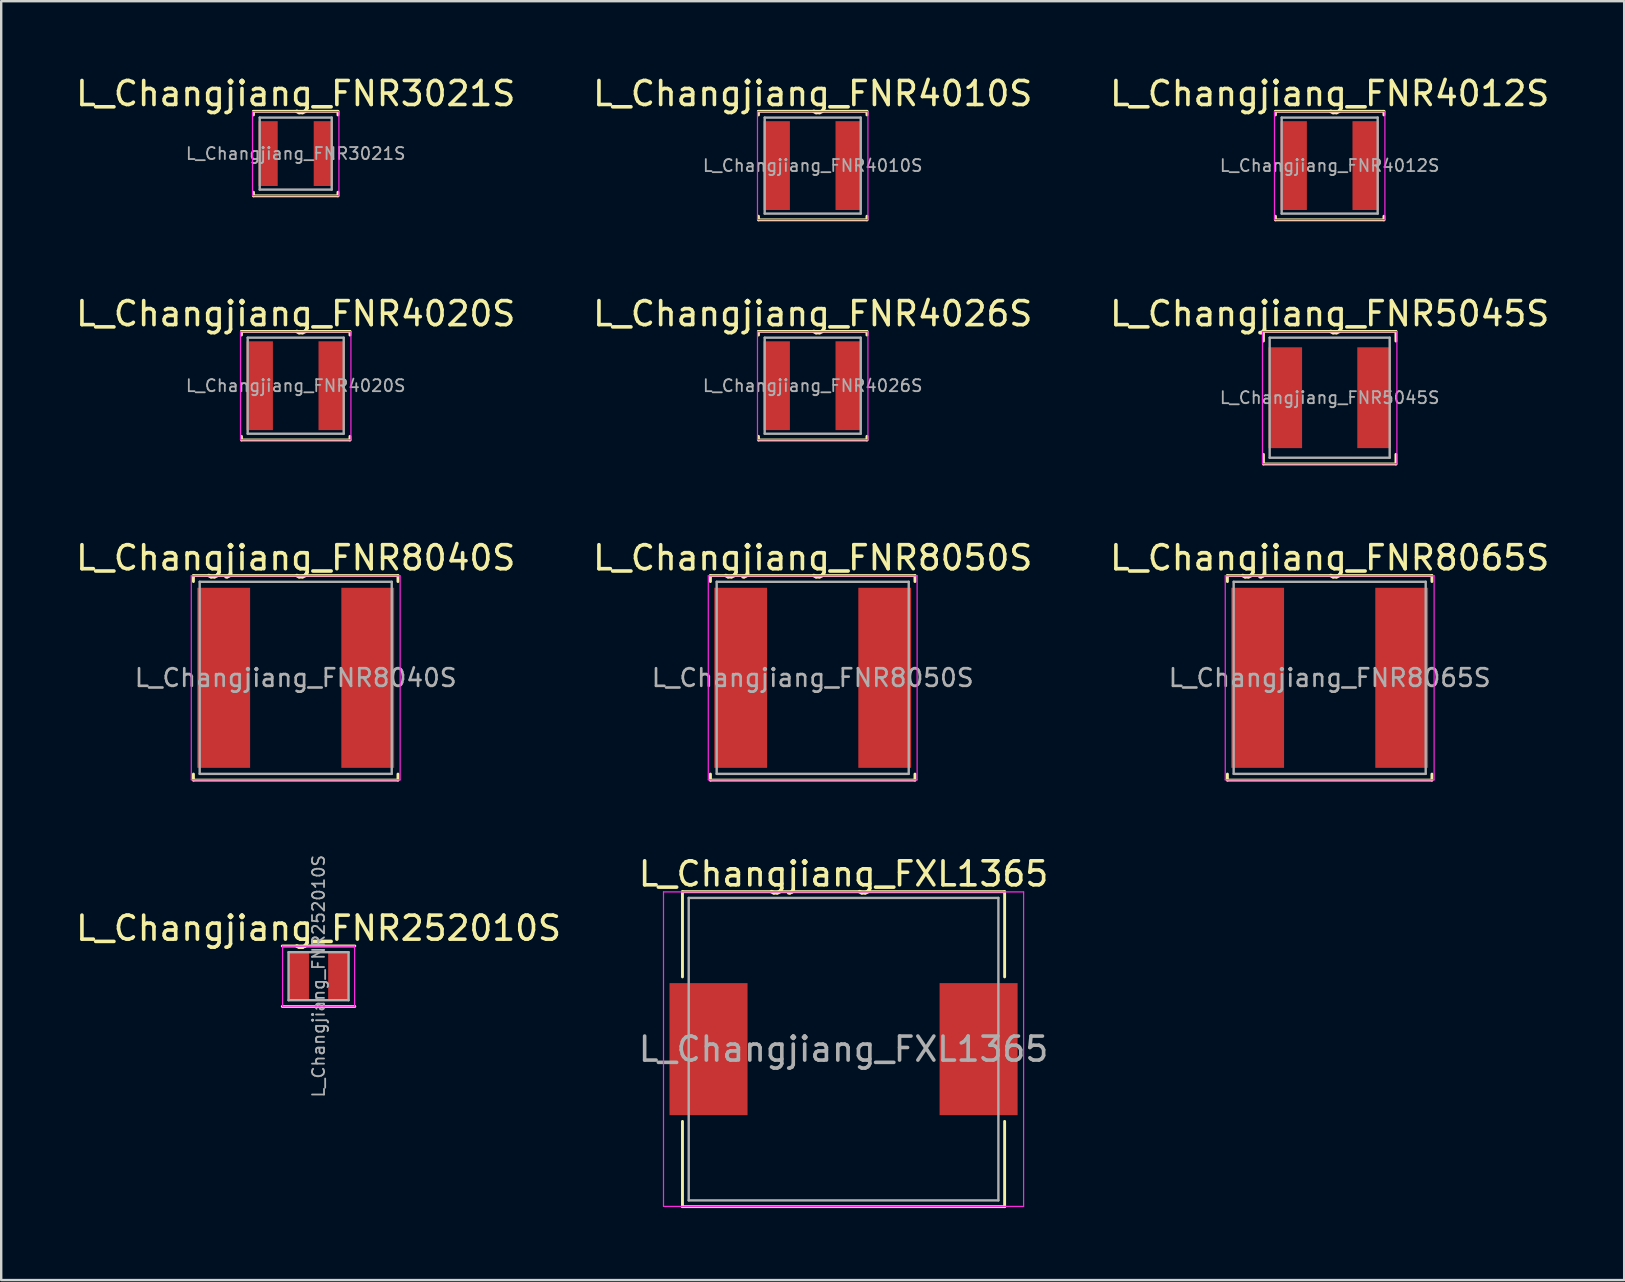
<source format=kicad_pcb>
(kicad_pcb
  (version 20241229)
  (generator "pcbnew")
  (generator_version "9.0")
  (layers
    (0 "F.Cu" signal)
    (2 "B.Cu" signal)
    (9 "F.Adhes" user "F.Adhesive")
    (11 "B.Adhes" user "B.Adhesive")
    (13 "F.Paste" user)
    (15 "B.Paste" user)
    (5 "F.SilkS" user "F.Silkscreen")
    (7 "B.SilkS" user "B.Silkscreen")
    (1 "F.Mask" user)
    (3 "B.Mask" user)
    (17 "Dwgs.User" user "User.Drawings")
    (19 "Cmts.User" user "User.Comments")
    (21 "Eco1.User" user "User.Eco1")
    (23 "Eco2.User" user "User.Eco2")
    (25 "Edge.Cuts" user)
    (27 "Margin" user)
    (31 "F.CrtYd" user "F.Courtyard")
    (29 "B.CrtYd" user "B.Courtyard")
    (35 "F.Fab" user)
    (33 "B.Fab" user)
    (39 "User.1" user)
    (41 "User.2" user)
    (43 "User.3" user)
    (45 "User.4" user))
  (footprint "L_Changjiang_FNR8040S"
    (layer "F.Cu")
    (at 9.268 25.185)
    (property "Reference" "L_Changjiang_FNR8040S" (at 0 -5 0) (layer "F.SilkS") (effects (font (size 1 1) (thickness 0.15))))
    (attr smd)
    (fp_line (start -4.26 -4.26) (end -4.26 -4.01) (stroke (width 0.12) (type solid)) (layer "F.SilkS"))
    (fp_line (start -4.26 -4.26) (end 4.26 -4.26) (stroke (width 0.12) (type solid)) (layer "F.SilkS"))
    (fp_line (start -4.26 4.26) (end -4.26 4.01) (stroke (width 0.12) (type solid)) (layer "F.SilkS"))
    (fp_line (start -4.26 4.26) (end 4.26 4.26) (stroke (width 0.12) (type solid)) (layer "F.SilkS"))
    (fp_line (start 4.26 -4.26) (end 4.26 -4.01) (stroke (width 0.12) (type solid)) (layer "F.SilkS"))
    (fp_line (start 4.26 4.26) (end 4.26 4.01) (stroke (width 0.12) (type solid)) (layer "F.SilkS"))
    (fp_line (start -4.35 -4.25) (end -4.35 4.25) (stroke (width 0.05) (type solid)) (layer "F.CrtYd"))
    (fp_line (start -4.35 4.25) (end 4.35 4.25) (stroke (width 0.05) (type solid)) (layer "F.CrtYd"))
    (fp_line (start 4.35 -4.25) (end -4.35 -4.25) (stroke (width 0.05) (type solid)) (layer "F.CrtYd"))
    (fp_line (start 4.35 4.25) (end 4.35 -4.25) (stroke (width 0.05) (type solid)) (layer "F.CrtYd"))
    (fp_line (start -4 -4) (end -4 4) (stroke (width 0.1) (type solid)) (layer "F.Fab"))
    (fp_line (start -4 4) (end 4 4) (stroke (width 0.1) (type solid)) (layer "F.Fab"))
    (fp_line (start 4 -4) (end -4 -4) (stroke (width 0.1) (type solid)) (layer "F.Fab"))
    (fp_line (start 4 4) (end 4 -4) (stroke (width 0.1) (type solid)) (layer "F.Fab"))
    (fp_text user "${REFERENCE}" (at 0 0 0) (layer "F.Fab") (effects (font (size 0.733 0.733) (thickness 0.11))))
    (pad "1" smd rect (at -3 0) (size 2.2 7.5) (layers "F.Cu" "F.Mask" "F.Paste"))
    (pad "2" smd rect (at 3 0) (size 2.2 7.5) (layers "F.Cu" "F.Mask" "F.Paste")))
  (footprint "L_Changjiang_FNR4012S"
    (layer "F.Cu")
    (at 52.339 3.848)
    (property "Reference" "L_Changjiang_FNR4012S" (at 0 -3 0) (layer "F.SilkS") (effects (font (size 1 1) (thickness 0.15))))
    (attr smd)
    (fp_line (start -2.26 -2.26) (end -2.26 -2.11) (stroke (width 0.12) (type solid)) (layer "F.SilkS"))
    (fp_line (start -2.26 -2.26) (end 2.26 -2.26) (stroke (width 0.12) (type solid)) (layer "F.SilkS"))
    (fp_line (start -2.26 2.26) (end -2.26 2.11) (stroke (width 0.12) (type solid)) (layer "F.SilkS"))
    (fp_line (start -2.26 2.26) (end 2.26 2.26) (stroke (width 0.12) (type solid)) (layer "F.SilkS"))
    (fp_line (start 2.26 -2.26) (end 2.26 -2.11) (stroke (width 0.12) (type solid)) (layer "F.SilkS"))
    (fp_line (start 2.26 2.26) (end 2.26 2.11) (stroke (width 0.12) (type solid)) (layer "F.SilkS"))
    (fp_line (start -2.3 -2.25) (end -2.3 2.25) (stroke (width 0.05) (type solid)) (layer "F.CrtYd"))
    (fp_line (start -2.3 2.25) (end 2.3 2.25) (stroke (width 0.05) (type solid)) (layer "F.CrtYd"))
    (fp_line (start 2.3 -2.25) (end -2.3 -2.25) (stroke (width 0.05) (type solid)) (layer "F.CrtYd"))
    (fp_line (start 2.3 2.25) (end 2.3 -2.25) (stroke (width 0.05) (type solid)) (layer "F.CrtYd"))
    (fp_line (start -2 -2) (end -2 2) (stroke (width 0.1) (type solid)) (layer "F.Fab"))
    (fp_line (start -2 2) (end 2 2) (stroke (width 0.1) (type solid)) (layer "F.Fab"))
    (fp_line (start 2 -2) (end -2 -2) (stroke (width 0.1) (type solid)) (layer "F.Fab"))
    (fp_line (start 2 2) (end 2 -2) (stroke (width 0.1) (type solid)) (layer "F.Fab"))
    (fp_text user "${REFERENCE}" (at 0 0 0) (layer "F.Fab") (effects (font (size 0.5 0.5) (thickness 0.075))))
    (pad "1" smd rect (at -1.5 0) (size 1.1 3.7) (layers "F.Cu" "F.Mask" "F.Paste"))
    (pad "2" smd rect (at 1.5 0) (size 1.1 3.7) (layers "F.Cu" "F.Mask" "F.Paste")))
  (footprint "L_Changjiang_FXL1365"
    (layer "F.Cu")
    (at 32.089 40.653)
    (property "Reference" "L_Changjiang_FXL1365" (at 0 -7.3 0) (layer "F.SilkS") (effects (font (size 1 1) (thickness 0.15))))
    (attr smd)
    (fp_line (start -6.71 -6.56) (end -6.71 -3.01) (stroke (width 0.12) (type solid)) (layer "F.SilkS"))
    (fp_line (start -6.71 -6.56) (end 6.71 -6.56) (stroke (width 0.12) (type solid)) (layer "F.SilkS"))
    (fp_line (start -6.71 6.56) (end -6.71 3.01) (stroke (width 0.12) (type solid)) (layer "F.SilkS"))
    (fp_line (start -6.71 6.56) (end 6.71 6.56) (stroke (width 0.12) (type solid)) (layer "F.SilkS"))
    (fp_line (start 6.71 -6.56) (end 6.71 -3.01) (stroke (width 0.12) (type solid)) (layer "F.SilkS"))
    (fp_line (start 6.71 6.56) (end 6.71 3.01) (stroke (width 0.12) (type solid)) (layer "F.SilkS"))
    (fp_line (start -7.5 -6.55) (end -7.5 6.55) (stroke (width 0.05) (type solid)) (layer "F.CrtYd"))
    (fp_line (start -7.5 6.55) (end 7.5 6.55) (stroke (width 0.05) (type solid)) (layer "F.CrtYd"))
    (fp_line (start 7.5 -6.55) (end -7.5 -6.55) (stroke (width 0.05) (type solid)) (layer "F.CrtYd"))
    (fp_line (start 7.5 6.55) (end 7.5 -6.55) (stroke (width 0.05) (type solid)) (layer "F.CrtYd"))
    (fp_line (start -6.45 -6.3) (end -6.45 6.3) (stroke (width 0.1) (type solid)) (layer "F.Fab"))
    (fp_line (start -6.45 6.3) (end 6.45 6.3) (stroke (width 0.1) (type solid)) (layer "F.Fab"))
    (fp_line (start 6.45 -6.3) (end -6.45 -6.3) (stroke (width 0.1) (type solid)) (layer "F.Fab"))
    (fp_line (start 6.45 6.3) (end 6.45 -6.3) (stroke (width 0.1) (type solid)) (layer "F.Fab"))
    (fp_text user "${REFERENCE}" (at 0 0 0) (layer "F.Fab") (effects (font (size 1 1) (thickness 0.15))))
    (pad "1" smd rect (at -5.625 0) (size 3.25 5.5) (layers "F.Cu" "F.Mask" "F.Paste"))
    (pad "2" smd rect (at 5.625 0) (size 3.25 5.5) (layers "F.Cu" "F.Mask" "F.Paste")))
  (footprint "L_Changjiang_FNR4010S"
    (layer "F.Cu")
    (at 30.804 3.848)
    (property "Reference" "L_Changjiang_FNR4010S" (at 0 -3 0) (layer "F.SilkS") (effects (font (size 1 1) (thickness 0.15))))
    (attr smd)
    (fp_line (start -2.26 -2.26) (end -2.26 -2.11) (stroke (width 0.12) (type solid)) (layer "F.SilkS"))
    (fp_line (start -2.26 -2.26) (end 2.26 -2.26) (stroke (width 0.12) (type solid)) (layer "F.SilkS"))
    (fp_line (start -2.26 2.26) (end -2.26 2.11) (stroke (width 0.12) (type solid)) (layer "F.SilkS"))
    (fp_line (start -2.26 2.26) (end 2.26 2.26) (stroke (width 0.12) (type solid)) (layer "F.SilkS"))
    (fp_line (start 2.26 -2.26) (end 2.26 -2.11) (stroke (width 0.12) (type solid)) (layer "F.SilkS"))
    (fp_line (start 2.26 2.26) (end 2.26 2.11) (stroke (width 0.12) (type solid)) (layer "F.SilkS"))
    (fp_line (start -2.3 -2.25) (end -2.3 2.25) (stroke (width 0.05) (type solid)) (layer "F.CrtYd"))
    (fp_line (start -2.3 2.25) (end 2.3 2.25) (stroke (width 0.05) (type solid)) (layer "F.CrtYd"))
    (fp_line (start 2.3 -2.25) (end -2.3 -2.25) (stroke (width 0.05) (type solid)) (layer "F.CrtYd"))
    (fp_line (start 2.3 2.25) (end 2.3 -2.25) (stroke (width 0.05) (type solid)) (layer "F.CrtYd"))
    (fp_line (start -2 -2) (end -2 2) (stroke (width 0.1) (type solid)) (layer "F.Fab"))
    (fp_line (start -2 2) (end 2 2) (stroke (width 0.1) (type solid)) (layer "F.Fab"))
    (fp_line (start 2 -2) (end -2 -2) (stroke (width 0.1) (type solid)) (layer "F.Fab"))
    (fp_line (start 2 2) (end 2 -2) (stroke (width 0.1) (type solid)) (layer "F.Fab"))
    (fp_text user "${REFERENCE}" (at 0 0 0) (layer "F.Fab") (effects (font (size 0.5 0.5) (thickness 0.075))))
    (pad "1" smd rect (at -1.5 0) (size 1.1 3.7) (layers "F.Cu" "F.Mask" "F.Paste"))
    (pad "2" smd rect (at 1.5 0) (size 1.1 3.7) (layers "F.Cu" "F.Mask" "F.Paste")))
  (footprint "L_Changjiang_FNR4026S"
    (layer "F.Cu")
    (at 30.804 13.017)
    (property "Reference" "L_Changjiang_FNR4026S" (at 0 -3 0) (layer "F.SilkS") (effects (font (size 1 1) (thickness 0.15))))
    (attr smd)
    (fp_line (start -2.26 -2.26) (end -2.26 -2.11) (stroke (width 0.12) (type solid)) (layer "F.SilkS"))
    (fp_line (start -2.26 -2.26) (end 2.26 -2.26) (stroke (width 0.12) (type solid)) (layer "F.SilkS"))
    (fp_line (start -2.26 2.26) (end -2.26 2.11) (stroke (width 0.12) (type solid)) (layer "F.SilkS"))
    (fp_line (start -2.26 2.26) (end 2.26 2.26) (stroke (width 0.12) (type solid)) (layer "F.SilkS"))
    (fp_line (start 2.26 -2.26) (end 2.26 -2.11) (stroke (width 0.12) (type solid)) (layer "F.SilkS"))
    (fp_line (start 2.26 2.26) (end 2.26 2.11) (stroke (width 0.12) (type solid)) (layer "F.SilkS"))
    (fp_line (start -2.3 -2.25) (end -2.3 2.25) (stroke (width 0.05) (type solid)) (layer "F.CrtYd"))
    (fp_line (start -2.3 2.25) (end 2.3 2.25) (stroke (width 0.05) (type solid)) (layer "F.CrtYd"))
    (fp_line (start 2.3 -2.25) (end -2.3 -2.25) (stroke (width 0.05) (type solid)) (layer "F.CrtYd"))
    (fp_line (start 2.3 2.25) (end 2.3 -2.25) (stroke (width 0.05) (type solid)) (layer "F.CrtYd"))
    (fp_line (start -2 -2) (end -2 2) (stroke (width 0.1) (type solid)) (layer "F.Fab"))
    (fp_line (start -2 2) (end 2 2) (stroke (width 0.1) (type solid)) (layer "F.Fab"))
    (fp_line (start 2 -2) (end -2 -2) (stroke (width 0.1) (type solid)) (layer "F.Fab"))
    (fp_line (start 2 2) (end 2 -2) (stroke (width 0.1) (type solid)) (layer "F.Fab"))
    (fp_text user "${REFERENCE}" (at 0 0 0) (layer "F.Fab") (effects (font (size 0.5 0.5) (thickness 0.075))))
    (pad "1" smd rect (at -1.5 0) (size 1.1 3.7) (layers "F.Cu" "F.Mask" "F.Paste"))
    (pad "2" smd rect (at 1.5 0) (size 1.1 3.7) (layers "F.Cu" "F.Mask" "F.Paste")))
  (footprint "L_Changjiang_FNR252010S"
    (layer "F.Cu")
    (at 10.22 37.615)
    (property "Reference" "L_Changjiang_FNR252010S" (at 0 -2 0) (layer "F.SilkS") (effects (font (size 1 1) (thickness 0.15))))
    (attr smd)
    (fp_line (start -1.51 -1.26) (end 1.51 -1.26) (stroke (width 0.12) (type solid)) (layer "F.SilkS"))
    (fp_line (start -1.51 1.26) (end 1.51 1.26) (stroke (width 0.12) (type solid)) (layer "F.SilkS"))
    (fp_line (start -1.5 -1.25) (end -1.5 1.25) (stroke (width 0.05) (type solid)) (layer "F.CrtYd"))
    (fp_line (start -1.5 1.25) (end 1.5 1.25) (stroke (width 0.05) (type solid)) (layer "F.CrtYd"))
    (fp_line (start 1.5 -1.25) (end -1.5 -1.25) (stroke (width 0.05) (type solid)) (layer "F.CrtYd"))
    (fp_line (start 1.5 1.25) (end 1.5 -1.25) (stroke (width 0.05) (type solid)) (layer "F.CrtYd"))
    (fp_line (start -1.25 -1) (end -1.25 1) (stroke (width 0.1) (type solid)) (layer "F.Fab"))
    (fp_line (start -1.25 1) (end 1.25 1) (stroke (width 0.1) (type solid)) (layer "F.Fab"))
    (fp_line (start 1.25 -1) (end -1.25 -1) (stroke (width 0.1) (type solid)) (layer "F.Fab"))
    (fp_line (start 1.25 1) (end 1.25 -1) (stroke (width 0.1) (type solid)) (layer "F.Fab"))
    (fp_text user "${REFERENCE}" (at 0 0 90) (layer "F.Fab") (effects (font (size 0.5 0.5) (thickness 0.075))))
    (pad "1" smd rect (at -0.825 0) (size 0.85 2) (layers "F.Cu" "F.Mask" "F.Paste"))
    (pad "2" smd rect (at 0.825 0) (size 0.85 2) (layers "F.Cu" "F.Mask" "F.Paste")))
  (footprint "L_Changjiang_FNR5045S"
    (layer "F.Cu")
    (at 52.339 13.517)
    (property "Reference" "L_Changjiang_FNR5045S" (at 0 -3.5 0) (layer "F.SilkS") (effects (font (size 1 1) (thickness 0.15))))
    (attr smd)
    (fp_line (start -2.76 -2.76) (end -2.76 -2.36) (stroke (width 0.12) (type solid)) (layer "F.SilkS"))
    (fp_line (start -2.76 -2.76) (end 2.76 -2.76) (stroke (width 0.12) (type solid)) (layer "F.SilkS"))
    (fp_line (start -2.76 2.76) (end -2.76 2.36) (stroke (width 0.12) (type solid)) (layer "F.SilkS"))
    (fp_line (start -2.76 2.76) (end 2.76 2.76) (stroke (width 0.12) (type solid)) (layer "F.SilkS"))
    (fp_line (start 2.76 -2.76) (end 2.76 -2.36) (stroke (width 0.12) (type solid)) (layer "F.SilkS"))
    (fp_line (start 2.76 2.76) (end 2.76 2.36) (stroke (width 0.12) (type solid)) (layer "F.SilkS"))
    (fp_line (start -2.8 -2.75) (end -2.8 2.75) (stroke (width 0.05) (type solid)) (layer "F.CrtYd"))
    (fp_line (start -2.8 2.75) (end 2.8 2.75) (stroke (width 0.05) (type solid)) (layer "F.CrtYd"))
    (fp_line (start 2.8 -2.75) (end -2.8 -2.75) (stroke (width 0.05) (type solid)) (layer "F.CrtYd"))
    (fp_line (start 2.8 2.75) (end 2.8 -2.75) (stroke (width 0.05) (type solid)) (layer "F.CrtYd"))
    (fp_line (start -2.5 -2.5) (end -2.5 2.5) (stroke (width 0.1) (type solid)) (layer "F.Fab"))
    (fp_line (start -2.5 2.5) (end 2.5 2.5) (stroke (width 0.1) (type solid)) (layer "F.Fab"))
    (fp_line (start 2.5 -2.5) (end -2.5 -2.5) (stroke (width 0.1) (type solid)) (layer "F.Fab"))
    (fp_line (start 2.5 2.5) (end 2.5 -2.5) (stroke (width 0.1) (type solid)) (layer "F.Fab"))
    (fp_text user "${REFERENCE}" (at 0 0 0) (layer "F.Fab") (effects (font (size 0.5 0.5) (thickness 0.075))))
    (pad "1" smd rect (at -1.85 0) (size 1.4 4.2) (layers "F.Cu" "F.Mask" "F.Paste"))
    (pad "2" smd rect (at 1.85 0) (size 1.4 4.2) (layers "F.Cu" "F.Mask" "F.Paste")))
  (footprint "L_Changjiang_FNR4020S"
    (layer "F.Cu")
    (at 9.268 13.017)
    (property "Reference" "L_Changjiang_FNR4020S" (at 0 -3 0) (layer "F.SilkS") (effects (font (size 1 1) (thickness 0.15))))
    (attr smd)
    (fp_line (start -2.26 -2.26) (end -2.26 -2.11) (stroke (width 0.12) (type solid)) (layer "F.SilkS"))
    (fp_line (start -2.26 -2.26) (end 2.26 -2.26) (stroke (width 0.12) (type solid)) (layer "F.SilkS"))
    (fp_line (start -2.26 2.26) (end -2.26 2.11) (stroke (width 0.12) (type solid)) (layer "F.SilkS"))
    (fp_line (start -2.26 2.26) (end 2.26 2.26) (stroke (width 0.12) (type solid)) (layer "F.SilkS"))
    (fp_line (start 2.26 -2.26) (end 2.26 -2.11) (stroke (width 0.12) (type solid)) (layer "F.SilkS"))
    (fp_line (start 2.26 2.26) (end 2.26 2.11) (stroke (width 0.12) (type solid)) (layer "F.SilkS"))
    (fp_line (start -2.3 -2.25) (end -2.3 2.25) (stroke (width 0.05) (type solid)) (layer "F.CrtYd"))
    (fp_line (start -2.3 2.25) (end 2.3 2.25) (stroke (width 0.05) (type solid)) (layer "F.CrtYd"))
    (fp_line (start 2.3 -2.25) (end -2.3 -2.25) (stroke (width 0.05) (type solid)) (layer "F.CrtYd"))
    (fp_line (start 2.3 2.25) (end 2.3 -2.25) (stroke (width 0.05) (type solid)) (layer "F.CrtYd"))
    (fp_line (start -2 -2) (end -2 2) (stroke (width 0.1) (type solid)) (layer "F.Fab"))
    (fp_line (start -2 2) (end 2 2) (stroke (width 0.1) (type solid)) (layer "F.Fab"))
    (fp_line (start 2 -2) (end -2 -2) (stroke (width 0.1) (type solid)) (layer "F.Fab"))
    (fp_line (start 2 2) (end 2 -2) (stroke (width 0.1) (type solid)) (layer "F.Fab"))
    (fp_text user "${REFERENCE}" (at 0 0 0) (layer "F.Fab") (effects (font (size 0.5 0.5) (thickness 0.075))))
    (pad "1" smd rect (at -1.5 0) (size 1.1 3.7) (layers "F.Cu" "F.Mask" "F.Paste"))
    (pad "2" smd rect (at 1.5 0) (size 1.1 3.7) (layers "F.Cu" "F.Mask" "F.Paste")))
  (footprint "L_Changjiang_FNR3021S"
    (layer "F.Cu")
    (at 9.268 3.348)
    (property "Reference" "L_Changjiang_FNR3021S" (at 0 -2.5 0) (layer "F.SilkS") (effects (font (size 1 1) (thickness 0.15))))
    (attr smd)
    (fp_line (start -1.76 -1.76) (end -1.76 -1.61) (stroke (width 0.12) (type solid)) (layer "F.SilkS"))
    (fp_line (start -1.76 -1.76) (end 1.76 -1.76) (stroke (width 0.12) (type solid)) (layer "F.SilkS"))
    (fp_line (start -1.76 1.76) (end -1.76 1.61) (stroke (width 0.12) (type solid)) (layer "F.SilkS"))
    (fp_line (start -1.76 1.76) (end 1.76 1.76) (stroke (width 0.12) (type solid)) (layer "F.SilkS"))
    (fp_line (start 1.76 -1.76) (end 1.76 -1.61) (stroke (width 0.12) (type solid)) (layer "F.SilkS"))
    (fp_line (start 1.76 1.76) (end 1.76 1.61) (stroke (width 0.12) (type solid)) (layer "F.SilkS"))
    (fp_line (start -1.8 -1.75) (end -1.8 1.75) (stroke (width 0.05) (type solid)) (layer "F.CrtYd"))
    (fp_line (start -1.8 1.75) (end 1.8 1.75) (stroke (width 0.05) (type solid)) (layer "F.CrtYd"))
    (fp_line (start 1.8 -1.75) (end -1.8 -1.75) (stroke (width 0.05) (type solid)) (layer "F.CrtYd"))
    (fp_line (start 1.8 1.75) (end 1.8 -1.75) (stroke (width 0.05) (type solid)) (layer "F.CrtYd"))
    (fp_line (start -1.5 -1.5) (end -1.5 1.5) (stroke (width 0.1) (type solid)) (layer "F.Fab"))
    (fp_line (start -1.5 1.5) (end 1.5 1.5) (stroke (width 0.1) (type solid)) (layer "F.Fab"))
    (fp_line (start 1.5 -1.5) (end -1.5 -1.5) (stroke (width 0.1) (type solid)) (layer "F.Fab"))
    (fp_line (start 1.5 1.5) (end 1.5 -1.5) (stroke (width 0.1) (type solid)) (layer "F.Fab"))
    (fp_text user "${REFERENCE}" (at 0 0 0) (layer "F.Fab") (effects (font (size 0.5 0.5) (thickness 0.075))))
    (pad "1" smd rect (at -1.15 0) (size 0.8 2.7) (layers "F.Cu" "F.Mask" "F.Paste"))
    (pad "2" smd rect (at 1.15 0) (size 0.8 2.7) (layers "F.Cu" "F.Mask" "F.Paste")))
  (footprint "L_Changjiang_FNR8065S"
    (layer "F.Cu")
    (at 52.339 25.185)
    (property "Reference" "L_Changjiang_FNR8065S" (at 0 -5 0) (layer "F.SilkS") (effects (font (size 1 1) (thickness 0.15))))
    (attr smd)
    (fp_line (start -4.26 -4.26) (end -4.26 -4.01) (stroke (width 0.12) (type solid)) (layer "F.SilkS"))
    (fp_line (start -4.26 -4.26) (end 4.26 -4.26) (stroke (width 0.12) (type solid)) (layer "F.SilkS"))
    (fp_line (start -4.26 4.26) (end -4.26 4.01) (stroke (width 0.12) (type solid)) (layer "F.SilkS"))
    (fp_line (start -4.26 4.26) (end 4.26 4.26) (stroke (width 0.12) (type solid)) (layer "F.SilkS"))
    (fp_line (start 4.26 -4.26) (end 4.26 -4.01) (stroke (width 0.12) (type solid)) (layer "F.SilkS"))
    (fp_line (start 4.26 4.26) (end 4.26 4.01) (stroke (width 0.12) (type solid)) (layer "F.SilkS"))
    (fp_line (start -4.35 -4.25) (end -4.35 4.25) (stroke (width 0.05) (type solid)) (layer "F.CrtYd"))
    (fp_line (start -4.35 4.25) (end 4.35 4.25) (stroke (width 0.05) (type solid)) (layer "F.CrtYd"))
    (fp_line (start 4.35 -4.25) (end -4.35 -4.25) (stroke (width 0.05) (type solid)) (layer "F.CrtYd"))
    (fp_line (start 4.35 4.25) (end 4.35 -4.25) (stroke (width 0.05) (type solid)) (layer "F.CrtYd"))
    (fp_line (start -4 -4) (end -4 4) (stroke (width 0.1) (type solid)) (layer "F.Fab"))
    (fp_line (start -4 4) (end 4 4) (stroke (width 0.1) (type solid)) (layer "F.Fab"))
    (fp_line (start 4 -4) (end -4 -4) (stroke (width 0.1) (type solid)) (layer "F.Fab"))
    (fp_line (start 4 4) (end 4 -4) (stroke (width 0.1) (type solid)) (layer "F.Fab"))
    (fp_text user "${REFERENCE}" (at 0 0 0) (layer "F.Fab") (effects (font (size 0.733 0.733) (thickness 0.11))))
    (pad "1" smd rect (at -3 0) (size 2.2 7.5) (layers "F.Cu" "F.Mask" "F.Paste"))
    (pad "2" smd rect (at 3 0) (size 2.2 7.5) (layers "F.Cu" "F.Mask" "F.Paste")))
  (footprint "L_Changjiang_FNR8050S"
    (layer "F.Cu")
    (at 30.804 25.185)
    (property "Reference" "L_Changjiang_FNR8050S" (at 0 -5 0) (layer "F.SilkS") (effects (font (size 1 1) (thickness 0.15))))
    (attr smd)
    (fp_line (start -4.26 -4.26) (end -4.26 -4.01) (stroke (width 0.12) (type solid)) (layer "F.SilkS"))
    (fp_line (start -4.26 -4.26) (end 4.26 -4.26) (stroke (width 0.12) (type solid)) (layer "F.SilkS"))
    (fp_line (start -4.26 4.26) (end -4.26 4.01) (stroke (width 0.12) (type solid)) (layer "F.SilkS"))
    (fp_line (start -4.26 4.26) (end 4.26 4.26) (stroke (width 0.12) (type solid)) (layer "F.SilkS"))
    (fp_line (start 4.26 -4.26) (end 4.26 -4.01) (stroke (width 0.12) (type solid)) (layer "F.SilkS"))
    (fp_line (start 4.26 4.26) (end 4.26 4.01) (stroke (width 0.12) (type solid)) (layer "F.SilkS"))
    (fp_line (start -4.35 -4.25) (end -4.35 4.25) (stroke (width 0.05) (type solid)) (layer "F.CrtYd"))
    (fp_line (start -4.35 4.25) (end 4.35 4.25) (stroke (width 0.05) (type solid)) (layer "F.CrtYd"))
    (fp_line (start 4.35 -4.25) (end -4.35 -4.25) (stroke (width 0.05) (type solid)) (layer "F.CrtYd"))
    (fp_line (start 4.35 4.25) (end 4.35 -4.25) (stroke (width 0.05) (type solid)) (layer "F.CrtYd"))
    (fp_line (start -4 -4) (end -4 4) (stroke (width 0.1) (type solid)) (layer "F.Fab"))
    (fp_line (start -4 4) (end 4 4) (stroke (width 0.1) (type solid)) (layer "F.Fab"))
    (fp_line (start 4 -4) (end -4 -4) (stroke (width 0.1) (type solid)) (layer "F.Fab"))
    (fp_line (start 4 4) (end 4 -4) (stroke (width 0.1) (type solid)) (layer "F.Fab"))
    (fp_text user "${REFERENCE}" (at 0 0 0) (layer "F.Fab") (effects (font (size 0.733 0.733) (thickness 0.11))))
    (pad "1" smd rect (at -3 0) (size 2.2 7.5) (layers "F.Cu" "F.Mask" "F.Paste"))
    (pad "2" smd rect (at 3 0) (size 2.2 7.5) (layers "F.Cu" "F.Mask" "F.Paste")))
  (gr_rect
    (start -3 -3)
    (end 64.607 50.273)
    (stroke (width 0.1) (type default))
    (fill no)
    (layer "Edge.Cuts")))
</source>
